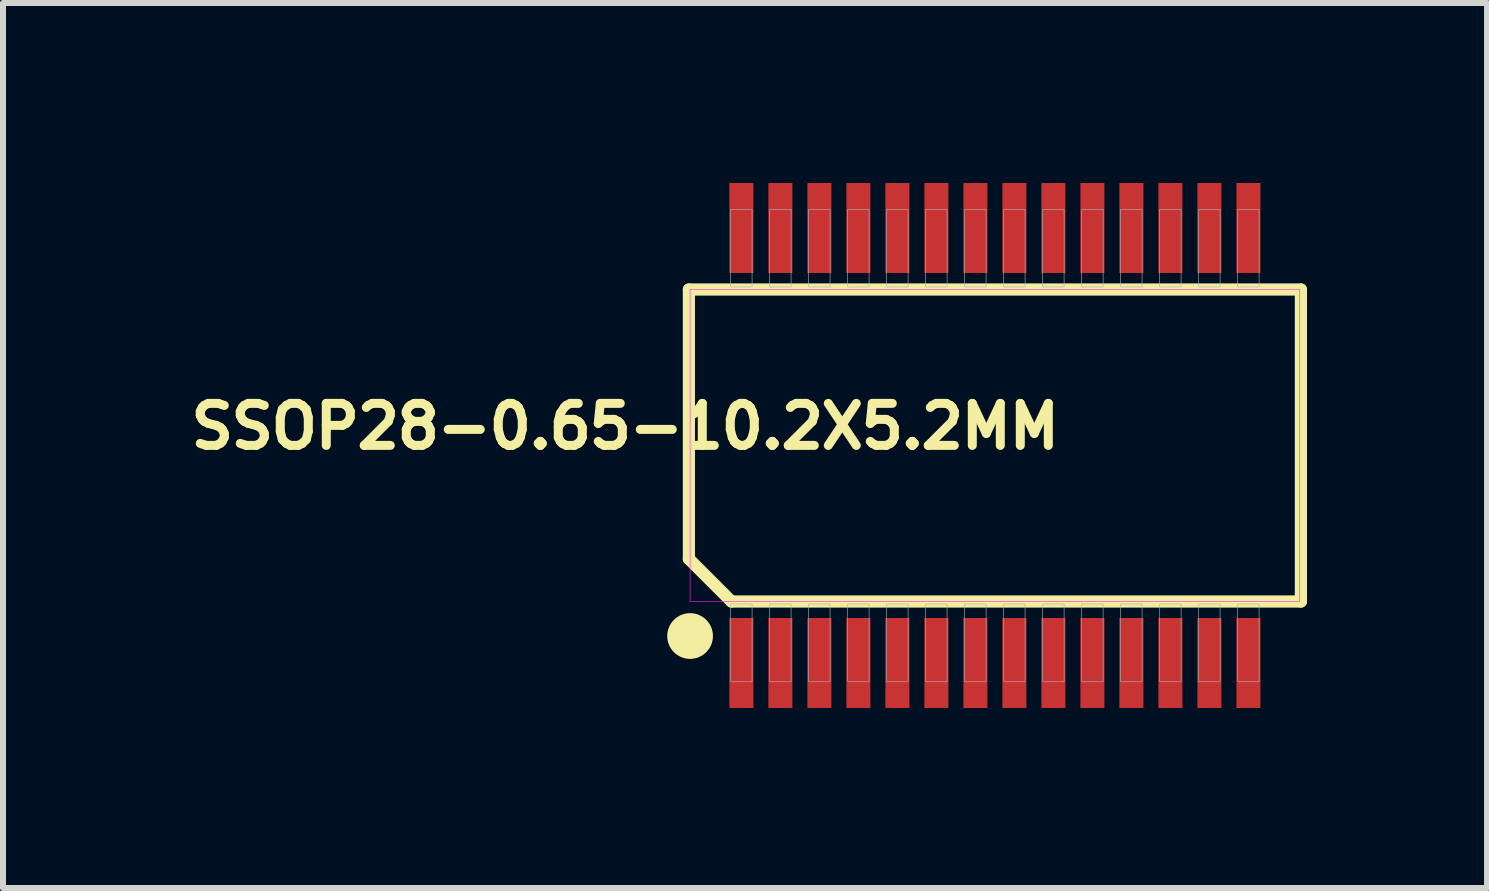
<source format=kicad_pcb>
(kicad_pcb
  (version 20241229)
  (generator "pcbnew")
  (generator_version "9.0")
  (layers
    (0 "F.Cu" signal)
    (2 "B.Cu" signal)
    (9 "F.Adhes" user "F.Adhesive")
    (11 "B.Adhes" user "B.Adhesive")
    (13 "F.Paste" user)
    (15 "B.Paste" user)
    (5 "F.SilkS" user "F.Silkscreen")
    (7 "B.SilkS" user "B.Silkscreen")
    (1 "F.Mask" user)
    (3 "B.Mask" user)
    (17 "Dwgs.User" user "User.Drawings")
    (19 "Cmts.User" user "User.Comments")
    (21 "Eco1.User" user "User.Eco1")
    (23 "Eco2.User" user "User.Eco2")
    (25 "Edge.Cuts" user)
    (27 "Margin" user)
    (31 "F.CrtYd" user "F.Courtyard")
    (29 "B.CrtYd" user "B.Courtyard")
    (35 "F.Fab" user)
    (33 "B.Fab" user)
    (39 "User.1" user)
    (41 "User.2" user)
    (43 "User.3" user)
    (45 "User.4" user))
  (footprint "SSOP28-0.65-10.2X5.2MM"
    (layer "F.Cu")
    (at 13.531 4.375)
    (property "Reference" "SSOP28-0.65-10.2X5.2MM" (at -6.16 -0.318 180) (layer "F.SilkS") (effects (font (size 0.7 0.7) (thickness 0.15))))
    (attr through_hole)
    (fp_line (start -5.1 -2.6) (end -5.1 1.89) (stroke (width 0.203) (type solid)) (layer "F.SilkS"))
    (fp_line (start -5.1 1.89) (end -4.39 2.6) (stroke (width 0.203) (type solid)) (layer "F.SilkS"))
    (fp_line (start -4.39 2.6) (end 5.1 2.6) (stroke (width 0.203) (type solid)) (layer "F.SilkS"))
    (fp_line (start 5.1 -2.6) (end -5.1 -2.6) (stroke (width 0.203) (type solid)) (layer "F.SilkS"))
    (fp_line (start 5.1 2.6) (end 5.1 -2.6) (stroke (width 0.203) (type solid)) (layer "F.SilkS"))
    (fp_circle (center -5.08 3.175) (end -4.699 3.175) (stroke (width 0) (type solid)) (fill yes) (layer "F.SilkS"))
    (fp_poly (pts (xy -5.08 -2.6) (xy 5.08 -2.6) (xy 5.08 2.6) (xy -5.08 2.6)) (stroke (width 0.01) (type solid)) (fill no) (layer "F.CrtYd"))
    (fp_poly (pts (xy -4.403 -3.937) (xy -4.047 -3.937) (xy -4.047 -2.642) (xy -4.403 -2.642)) (stroke (width 0.01) (type solid)) (fill no) (layer "F.Fab"))
    (fp_poly (pts (xy -4.403 2.642) (xy -4.047 2.642) (xy -4.047 3.937) (xy -4.403 3.937)) (stroke (width 0.01) (type solid)) (fill no) (layer "F.Fab"))
    (fp_poly (pts (xy -3.753 -3.937) (xy -3.397 -3.937) (xy -3.397 -2.642) (xy -3.753 -2.642)) (stroke (width 0.01) (type solid)) (fill no) (layer "F.Fab"))
    (fp_poly (pts (xy -3.753 2.642) (xy -3.397 2.642) (xy -3.397 3.937) (xy -3.753 3.937)) (stroke (width 0.01) (type solid)) (fill no) (layer "F.Fab"))
    (fp_poly (pts (xy -3.103 -3.937) (xy -2.747 -3.937) (xy -2.747 -2.642) (xy -3.103 -2.642)) (stroke (width 0.01) (type solid)) (fill no) (layer "F.Fab"))
    (fp_poly (pts (xy -3.103 2.642) (xy -2.747 2.642) (xy -2.747 3.937) (xy -3.103 3.937)) (stroke (width 0.01) (type solid)) (fill no) (layer "F.Fab"))
    (fp_poly (pts (xy -2.453 -3.937) (xy -2.097 -3.937) (xy -2.097 -2.642) (xy -2.453 -2.642)) (stroke (width 0.01) (type solid)) (fill no) (layer "F.Fab"))
    (fp_poly (pts (xy -2.453 2.642) (xy -2.097 2.642) (xy -2.097 3.937) (xy -2.453 3.937)) (stroke (width 0.01) (type solid)) (fill no) (layer "F.Fab"))
    (fp_poly (pts (xy -1.803 -3.937) (xy -1.447 -3.937) (xy -1.447 -2.642) (xy -1.803 -2.642)) (stroke (width 0.01) (type solid)) (fill no) (layer "F.Fab"))
    (fp_poly (pts (xy -1.803 2.642) (xy -1.447 2.642) (xy -1.447 3.937) (xy -1.803 3.937)) (stroke (width 0.01) (type solid)) (fill no) (layer "F.Fab"))
    (fp_poly (pts (xy -1.153 -3.937) (xy -0.797 -3.937) (xy -0.797 -2.642) (xy -1.153 -2.642)) (stroke (width 0.01) (type solid)) (fill no) (layer "F.Fab"))
    (fp_poly (pts (xy -1.153 2.642) (xy -0.797 2.642) (xy -0.797 3.937) (xy -1.153 3.937)) (stroke (width 0.01) (type solid)) (fill no) (layer "F.Fab"))
    (fp_poly (pts (xy -0.503 -3.937) (xy -0.147 -3.937) (xy -0.147 -2.642) (xy -0.503 -2.642)) (stroke (width 0.01) (type solid)) (fill no) (layer "F.Fab"))
    (fp_poly (pts (xy -0.503 2.642) (xy -0.147 2.642) (xy -0.147 3.937) (xy -0.503 3.937)) (stroke (width 0.01) (type solid)) (fill no) (layer "F.Fab"))
    (fp_poly (pts (xy 0.147 -3.937) (xy 0.503 -3.937) (xy 0.503 -2.642) (xy 0.147 -2.642)) (stroke (width 0.01) (type solid)) (fill no) (layer "F.Fab"))
    (fp_poly (pts (xy 0.147 2.642) (xy 0.503 2.642) (xy 0.503 3.937) (xy 0.147 3.937)) (stroke (width 0.01) (type solid)) (fill no) (layer "F.Fab"))
    (fp_poly (pts (xy 0.797 -3.937) (xy 1.153 -3.937) (xy 1.153 -2.642) (xy 0.797 -2.642)) (stroke (width 0.01) (type solid)) (fill no) (layer "F.Fab"))
    (fp_poly (pts (xy 0.797 2.642) (xy 1.153 2.642) (xy 1.153 3.937) (xy 0.797 3.937)) (stroke (width 0.01) (type solid)) (fill no) (layer "F.Fab"))
    (fp_poly (pts (xy 1.447 -3.937) (xy 1.803 -3.937) (xy 1.803 -2.642) (xy 1.447 -2.642)) (stroke (width 0.01) (type solid)) (fill no) (layer "F.Fab"))
    (fp_poly (pts (xy 1.447 2.642) (xy 1.803 2.642) (xy 1.803 3.937) (xy 1.447 3.937)) (stroke (width 0.01) (type solid)) (fill no) (layer "F.Fab"))
    (fp_poly (pts (xy 2.097 -3.937) (xy 2.453 -3.937) (xy 2.453 -2.642) (xy 2.097 -2.642)) (stroke (width 0.01) (type solid)) (fill no) (layer "F.Fab"))
    (fp_poly (pts (xy 2.097 2.642) (xy 2.453 2.642) (xy 2.453 3.937) (xy 2.097 3.937)) (stroke (width 0.01) (type solid)) (fill no) (layer "F.Fab"))
    (fp_poly (pts (xy 2.747 -3.937) (xy 3.103 -3.937) (xy 3.103 -2.642) (xy 2.747 -2.642)) (stroke (width 0.01) (type solid)) (fill no) (layer "F.Fab"))
    (fp_poly (pts (xy 2.747 2.642) (xy 3.103 2.642) (xy 3.103 3.937) (xy 2.747 3.937)) (stroke (width 0.01) (type solid)) (fill no) (layer "F.Fab"))
    (fp_poly (pts (xy 3.397 -3.937) (xy 3.753 -3.937) (xy 3.753 -2.642) (xy 3.397 -2.642)) (stroke (width 0.01) (type solid)) (fill no) (layer "F.Fab"))
    (fp_poly (pts (xy 3.397 2.642) (xy 3.753 2.642) (xy 3.753 3.937) (xy 3.397 3.937)) (stroke (width 0.01) (type solid)) (fill no) (layer "F.Fab"))
    (fp_poly (pts (xy 4.047 -3.937) (xy 4.403 -3.937) (xy 4.403 -2.642) (xy 4.047 -2.642)) (stroke (width 0.01) (type solid)) (fill no) (layer "F.Fab"))
    (fp_poly (pts (xy 4.047 2.642) (xy 4.403 2.642) (xy 4.403 3.937) (xy 4.047 3.937)) (stroke (width 0.01) (type solid)) (fill no) (layer "F.Fab"))
    (pad "1" smd rect (at -4.225 3.625) (size 0.4 1.5) (layers "F.Cu" "F.Mask" "F.Paste"))
    (pad "2" smd rect (at -3.575 3.625) (size 0.4 1.5) (layers "F.Cu" "F.Mask" "F.Paste"))
    (pad "3" smd rect (at -2.925 3.625) (size 0.4 1.5) (layers "F.Cu" "F.Mask" "F.Paste"))
    (pad "4" smd rect (at -2.275 3.625) (size 0.4 1.5) (layers "F.Cu" "F.Mask" "F.Paste"))
    (pad "5" smd rect (at -1.625 3.625) (size 0.4 1.5) (layers "F.Cu" "F.Mask" "F.Paste"))
    (pad "6" smd rect (at -0.975 3.625) (size 0.4 1.5) (layers "F.Cu" "F.Mask" "F.Paste"))
    (pad "7" smd rect (at -0.325 3.625) (size 0.4 1.5) (layers "F.Cu" "F.Mask" "F.Paste"))
    (pad "8" smd rect (at 0.325 3.625) (size 0.4 1.5) (layers "F.Cu" "F.Mask" "F.Paste"))
    (pad "9" smd rect (at 0.975 3.625) (size 0.4 1.5) (layers "F.Cu" "F.Mask" "F.Paste"))
    (pad "10" smd rect (at 1.625 3.625) (size 0.4 1.5) (layers "F.Cu" "F.Mask" "F.Paste"))
    (pad "11" smd rect (at 2.275 3.625) (size 0.4 1.5) (layers "F.Cu" "F.Mask" "F.Paste"))
    (pad "12" smd rect (at 2.925 3.625) (size 0.4 1.5) (layers "F.Cu" "F.Mask" "F.Paste"))
    (pad "13" smd rect (at 3.575 3.625) (size 0.4 1.5) (layers "F.Cu" "F.Mask" "F.Paste"))
    (pad "14" smd rect (at 4.225 3.625) (size 0.4 1.5) (layers "F.Cu" "F.Mask" "F.Paste"))
    (pad "15" smd rect (at 4.225 -3.625) (size 0.4 1.5) (layers "F.Cu" "F.Mask" "F.Paste"))
    (pad "16" smd rect (at 3.575 -3.625) (size 0.4 1.5) (layers "F.Cu" "F.Mask" "F.Paste"))
    (pad "17" smd rect (at 2.925 -3.625) (size 0.4 1.5) (layers "F.Cu" "F.Mask" "F.Paste"))
    (pad "18" smd rect (at 2.275 -3.625) (size 0.4 1.5) (layers "F.Cu" "F.Mask" "F.Paste"))
    (pad "19" smd rect (at 1.625 -3.625) (size 0.4 1.5) (layers "F.Cu" "F.Mask" "F.Paste"))
    (pad "20" smd rect (at 0.975 -3.625) (size 0.4 1.5) (layers "F.Cu" "F.Mask" "F.Paste"))
    (pad "21" smd rect (at 0.325 -3.625) (size 0.4 1.5) (layers "F.Cu" "F.Mask" "F.Paste"))
    (pad "22" smd rect (at -0.325 -3.625) (size 0.4 1.5) (layers "F.Cu" "F.Mask" "F.Paste"))
    (pad "23" smd rect (at -0.975 -3.625) (size 0.4 1.5) (layers "F.Cu" "F.Mask" "F.Paste"))
    (pad "24" smd rect (at -1.625 -3.625) (size 0.4 1.5) (layers "F.Cu" "F.Mask" "F.Paste"))
    (pad "25" smd rect (at -2.275 -3.625) (size 0.4 1.5) (layers "F.Cu" "F.Mask" "F.Paste"))
    (pad "26" smd rect (at -2.925 -3.625) (size 0.4 1.5) (layers "F.Cu" "F.Mask" "F.Paste"))
    (pad "27" smd rect (at -3.575 -3.625) (size 0.4 1.5) (layers "F.Cu" "F.Mask" "F.Paste"))
    (pad "28" smd rect (at -4.225 -3.625) (size 0.4 1.5) (layers "F.Cu" "F.Mask" "F.Paste")))
  (gr_rect
    (start -3 -3)
    (end 21.733 11.75)
    (stroke (width 0.1) (type default))
    (fill no)
    (layer "Edge.Cuts")))
</source>
